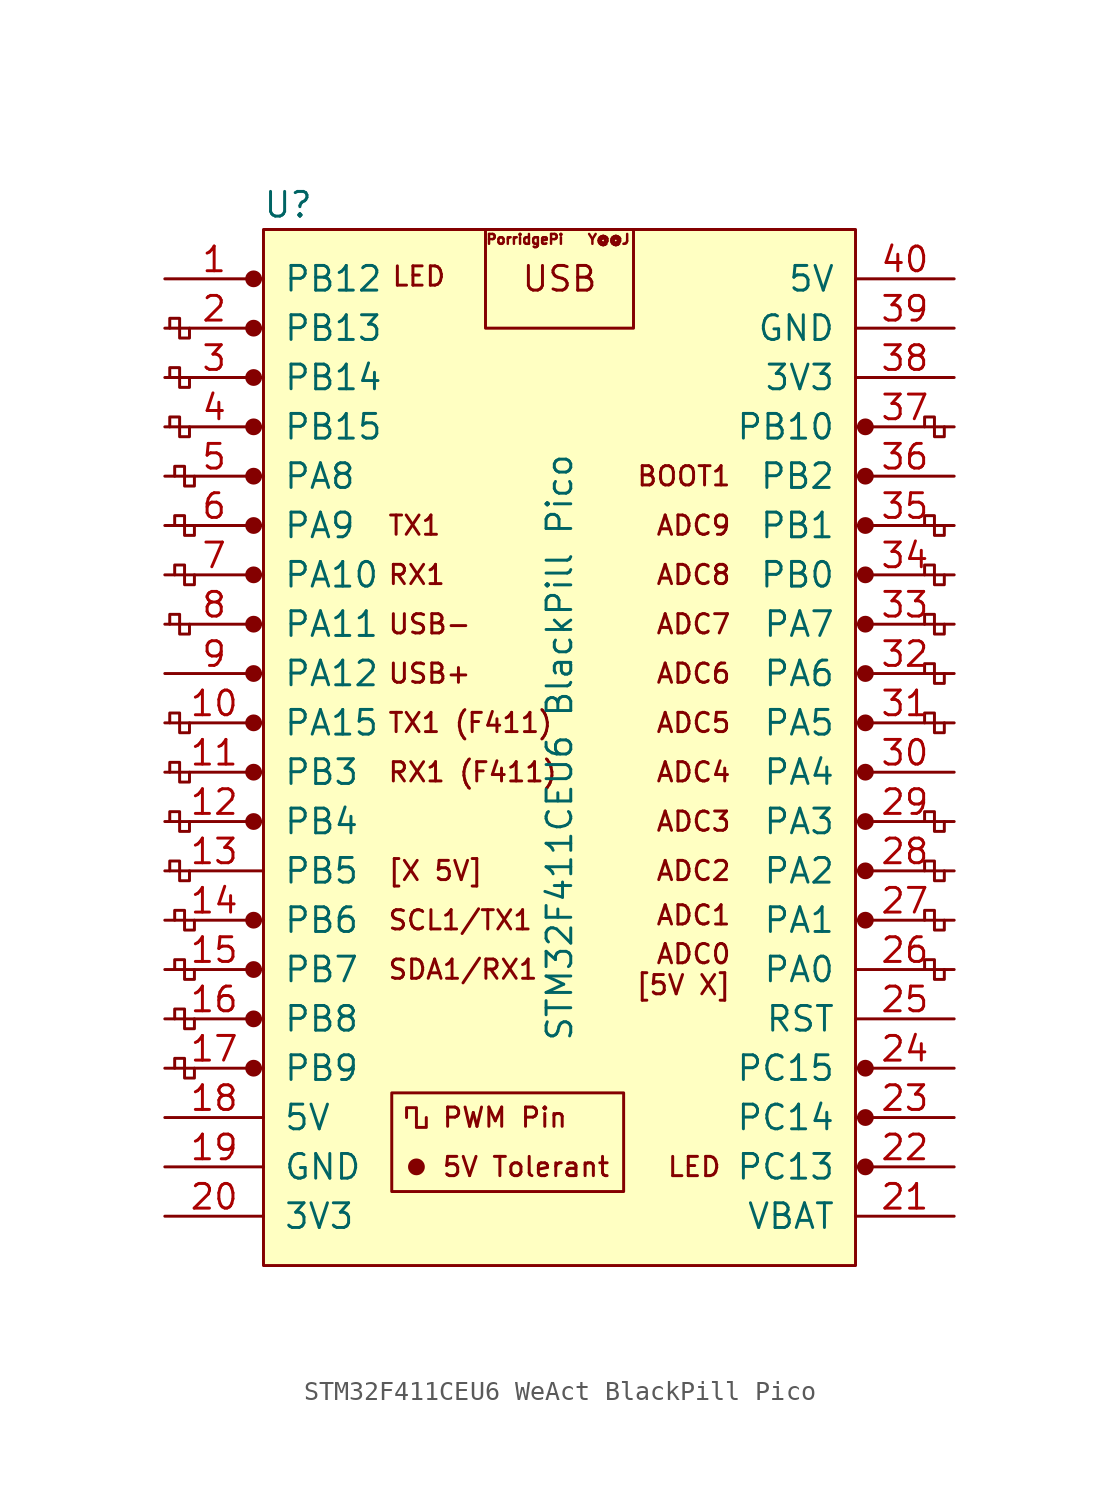
<source format=kicad_sym>
(kicad_symbol_lib
  (version 20220914)
  (generator kicad_symbol_editor)
  (symbol "STM32F411CEU6 WeAct BlackPill Pico"
    (pin_names
      (offset 1.016))
    (property "Reference" "U"
      (at -13.97 24.13 0)
      (effects (font (size 1.27 1.27))))
    (property "Value" "STM32F411CEU6 BlackPill Pico"
      (at 0 -3.81 90)
      (effects (font (size 1.27 1.27))))
    (symbol "STM32F411CEU6 WeAct BlackPill Pico_0_0"
      (circle (center -15.748 -20.32) (radius 0.356) (stroke (width 0) (type solid)) (fill (type outline)))
      (circle (center -15.748 -17.78) (radius 0.356) (stroke (width 0) (type solid)) (fill (type outline)))
      (circle (center -15.748 -15.24) (radius 0.356) (stroke (width 0) (type solid)) (fill (type outline)))
      (circle (center -15.748 -12.7) (radius 0.356) (stroke (width 0) (type solid)) (fill (type outline)))
      (circle (center -15.748 -7.62) (radius 0.356) (stroke (width 0) (type solid)) (fill (type outline)))
      (circle (center -15.748 -5.08) (radius 0.356) (stroke (width 0) (type solid)) (fill (type outline)))
      (circle (center -15.748 -2.54) (radius 0.356) (stroke (width 0) (type solid)) (fill (type outline)))
      (circle (center -15.748 0) (radius 0.356) (stroke (width 0) (type solid)) (fill (type outline)))
      (circle (center -15.748 2.54) (radius 0.356) (stroke (width 0) (type solid)) (fill (type outline)))
      (circle (center -15.748 5.08) (radius 0.356) (stroke (width 0) (type solid)) (fill (type outline)))
      (circle (center -15.748 7.62) (radius 0.356) (stroke (width 0) (type solid)) (fill (type outline)))
      (circle (center -15.748 10.16) (radius 0.356) (stroke (width 0) (type solid)) (fill (type outline)))
      (circle (center -15.748 12.7) (radius 0.356) (stroke (width 0) (type solid)) (fill (type outline)))
      (circle (center -15.748 15.24) (radius 0.356) (stroke (width 0) (type solid)) (fill (type outline)))
      (circle (center -15.748 20.32) (radius 0.356) (stroke (width 0) (type solid)) (fill (type outline)))
      (circle (center -7.366 -25.4) (radius 0.356) (stroke (width 0) (type solid)) (fill (type outline)))
      (circle (center 15.748 -25.4) (radius 0.356) (stroke (width 0) (type solid)) (fill (type outline)))
      (circle (center 15.748 -22.86) (radius 0.356) (stroke (width 0) (type solid)) (fill (type outline)))
      (circle (center 15.748 -20.32) (radius 0.356) (stroke (width 0) (type solid)) (fill (type outline)))
      (circle (center 15.748 -12.7) (radius 0.356) (stroke (width 0) (type solid)) (fill (type outline)))
      (circle (center 15.748 -10.16) (radius 0.356) (stroke (width 0) (type solid)) (fill (type outline)))
      (circle (center 15.748 -7.62) (radius 0.356) (stroke (width 0) (type solid)) (fill (type outline)))
      (circle (center 15.748 -5.08) (radius 0.356) (stroke (width 0) (type solid)) (fill (type outline)))
      (circle (center 15.748 -2.54) (radius 0.356) (stroke (width 0) (type solid)) (fill (type outline)))
      (circle (center 15.748 0) (radius 0.356) (stroke (width 0) (type solid)) (fill (type outline)))
      (circle (center 15.748 2.54) (radius 0.356) (stroke (width 0) (type solid)) (fill (type outline)))
      (circle (center 15.748 5.08) (radius 0.356) (stroke (width 0) (type solid)) (fill (type outline)))
      (circle (center 15.748 7.62) (radius 0.356) (stroke (width 0) (type solid)) (fill (type outline)))
      (circle (center 15.748 10.16) (radius 0.254) (stroke (width 0) (type solid)) (fill (type outline)))
      (circle (center 15.748 10.16) (radius 0.356) (stroke (width 0) (type solid)) (fill (type none)))
      (circle (center 15.748 12.7) (radius 0.254) (stroke (width 0) (type solid)) (fill (type outline)))
      (circle (center 15.748 12.7) (radius 0.356) (stroke (width 0) (type solid)) (fill (type none)))
      (text "LED" (at -7.239 20.447 0) (effects (font (size 0.991 0.991))))
      (text "USB" (at 0 20.32 0) (effects (font (size 1.27 1.27))))
      (text "Y@@J" (at 2.54 22.352 0) (effects (font (size 0.508 0.508)))))
    (symbol "STM32F411CEU6 WeAct BlackPill Pico_0_1"
      (rectangle (start -15.24 22.86) (end 15.24 -30.48) (stroke (width 0) (type solid)) (fill (type background)))
      (rectangle (start -3.81 22.86) (end 3.81 17.78) (stroke (width 0) (type solid)) (fill (type none)))
      (polyline (pts (xy -19.05 -10.16) (xy -19.05 -10.668) (xy -19.558 -10.668) (xy -19.558 -9.652) (xy -20.066 -9.652) (xy -20.066 -10.16)) (stroke (width 0) (type solid)) (fill (type none)))
      (polyline (pts (xy -19.05 -7.62) (xy -19.05 -8.128) (xy -19.558 -8.128) (xy -19.558 -7.112) (xy -20.066 -7.112) (xy -20.066 -7.62)) (stroke (width 0) (type solid)) (fill (type none)))
      (polyline (pts (xy -19.05 -5.08) (xy -19.05 -5.588) (xy -19.558 -5.588) (xy -19.558 -4.572) (xy -20.066 -4.572) (xy -20.066 -5.08)) (stroke (width 0) (type solid)) (fill (type none)))
      (polyline (pts (xy -19.05 -2.54) (xy -19.05 -3.048) (xy -19.558 -3.048) (xy -19.558 -2.032) (xy -20.066 -2.032) (xy -20.066 -2.54)) (stroke (width 0) (type solid)) (fill (type none)))
      (polyline (pts (xy -19.05 2.54) (xy -19.05 2.032) (xy -19.558 2.032) (xy -19.558 3.048) (xy -20.066 3.048) (xy -20.066 2.54)) (stroke (width 0) (type solid)) (fill (type none)))
      (polyline (pts (xy -19.05 12.7) (xy -19.05 12.192) (xy -19.558 12.192) (xy -19.558 13.208) (xy -20.066 13.208) (xy -20.066 12.7)) (stroke (width 0) (type solid)) (fill (type none)))
      (polyline (pts (xy -19.05 15.24) (xy -19.05 14.732) (xy -19.558 14.732) (xy -19.558 15.748) (xy -20.066 15.748) (xy -20.066 15.24)) (stroke (width 0) (type solid)) (fill (type none)))
      (polyline (pts (xy -19.05 17.78) (xy -19.05 17.272) (xy -19.558 17.272) (xy -19.558 18.288) (xy -20.066 18.288) (xy -20.066 17.78)) (stroke (width 0) (type solid)) (fill (type none)))
      (polyline (pts (xy -18.796 -20.32) (xy -18.796 -20.828) (xy -19.304 -20.828) (xy -19.304 -19.812) (xy -19.812 -19.812) (xy -19.812 -20.32)) (stroke (width 0) (type solid)) (fill (type none)))
      (polyline (pts (xy -18.796 -17.78) (xy -18.796 -18.288) (xy -19.304 -18.288) (xy -19.304 -17.272) (xy -19.812 -17.272) (xy -19.812 -17.78)) (stroke (width 0) (type solid)) (fill (type none)))
      (polyline (pts (xy -18.796 -15.24) (xy -18.796 -15.748) (xy -19.304 -15.748) (xy -19.304 -14.732) (xy -19.812 -14.732) (xy -19.812 -15.24)) (stroke (width 0) (type solid)) (fill (type none)))
      (polyline (pts (xy -18.796 -12.7) (xy -18.796 -13.208) (xy -19.304 -13.208) (xy -19.304 -12.192) (xy -19.812 -12.192) (xy -19.812 -12.7)) (stroke (width 0) (type solid)) (fill (type none)))
      (polyline (pts (xy -18.796 5.08) (xy -18.796 4.572) (xy -19.304 4.572) (xy -19.304 5.588) (xy -19.812 5.588) (xy -19.812 5.08)) (stroke (width 0) (type solid)) (fill (type none)))
      (polyline (pts (xy -18.796 7.62) (xy -18.796 7.112) (xy -19.304 7.112) (xy -19.304 8.128) (xy -19.812 8.128) (xy -19.812 7.62)) (stroke (width 0) (type solid)) (fill (type none)))
      (polyline (pts (xy -18.796 10.16) (xy -18.796 9.652) (xy -19.304 9.652) (xy -19.304 10.668) (xy -19.812 10.668) (xy -19.812 10.16)) (stroke (width 0) (type solid)) (fill (type none)))
      (polyline (pts (xy -6.858 -22.86) (xy -6.858 -23.368) (xy -7.366 -23.368) (xy -7.366 -22.352) (xy -7.874 -22.352) (xy -7.874 -22.86)) (stroke (width 0) (type solid)) (fill (type none)))
      (polyline (pts (xy 19.812 -15.24) (xy 19.812 -15.748) (xy 19.304 -15.748) (xy 19.304 -14.732) (xy 18.796 -14.732) (xy 18.796 -15.24)) (stroke (width 0) (type solid)) (fill (type none)))
      (polyline (pts (xy 19.812 -12.7) (xy 19.812 -13.208) (xy 19.304 -13.208) (xy 19.304 -12.192) (xy 18.796 -12.192) (xy 18.796 -12.7)) (stroke (width 0) (type solid)) (fill (type none)))
      (polyline (pts (xy 19.812 -10.16) (xy 19.812 -10.668) (xy 19.304 -10.668) (xy 19.304 -9.652) (xy 18.796 -9.652) (xy 18.796 -10.16)) (stroke (width 0) (type solid)) (fill (type none)))
      (polyline (pts (xy 19.812 -7.62) (xy 19.812 -8.128) (xy 19.304 -8.128) (xy 19.304 -7.112) (xy 18.796 -7.112) (xy 18.796 -7.62)) (stroke (width 0) (type solid)) (fill (type none)))
      (polyline (pts (xy 19.812 -2.54) (xy 19.812 -3.048) (xy 19.304 -3.048) (xy 19.304 -2.032) (xy 18.796 -2.032) (xy 18.796 -2.54)) (stroke (width 0) (type solid)) (fill (type none)))
      (polyline (pts (xy 19.812 0) (xy 19.812 -0.508) (xy 19.304 -0.508) (xy 19.304 0.508) (xy 18.796 0.508) (xy 18.796 0)) (stroke (width 0) (type solid)) (fill (type none)))
      (polyline (pts (xy 19.812 2.54) (xy 19.812 2.032) (xy 19.304 2.032) (xy 19.304 3.048) (xy 18.796 3.048) (xy 18.796 2.54)) (stroke (width 0) (type solid)) (fill (type none)))
      (polyline (pts (xy 19.812 5.08) (xy 19.812 4.572) (xy 19.304 4.572) (xy 19.304 5.588) (xy 18.796 5.588) (xy 18.796 5.08)) (stroke (width 0) (type solid)) (fill (type none)))
      (polyline (pts (xy 19.812 7.62) (xy 19.812 7.112) (xy 19.304 7.112) (xy 19.304 8.128) (xy 18.796 8.128) (xy 18.796 7.62)) (stroke (width 0) (type solid)) (fill (type none)))
      (polyline (pts (xy 19.812 12.7) (xy 19.812 12.192) (xy 19.304 12.192) (xy 19.304 13.208) (xy 18.796 13.208) (xy 18.796 12.7)) (stroke (width 0) (type solid)) (fill (type none))))
    (symbol "STM32F411CEU6 WeAct BlackPill Pico_1_0"
      (rectangle (start -8.636 -21.59) (end 3.302 -26.67) (stroke (width 0) (type default)) (fill (type none)))
      (text "5V Tolerant" (at -6.096 -25.4 0) (effects (font (size 0.991 0.991)) (justify left)))
      (text "[X 5V]" (at -8.89 -10.16 0) (effects (font (size 0.991 0.991)) (justify left)))
      (text "ADC0\n[5V X]" (at 8.89 -15.24 0) (effects (font (size 0.991 0.991)) (justify right)))
      (text "ADC1" (at 8.89 -12.446 0) (effects (font (size 0.991 0.991)) (justify right)))
      (text "ADC2" (at 8.89 -10.16 0) (effects (font (size 0.991 0.991)) (justify right)))
      (text "ADC3" (at 8.89 -7.62 0) (effects (font (size 0.991 0.991)) (justify right)))
      (text "ADC4" (at 8.89 -5.08 0) (effects (font (size 0.991 0.991)) (justify right)))
      (text "ADC5" (at 8.89 -2.54 0) (effects (font (size 0.991 0.991)) (justify right)))
      (text "ADC6" (at 8.89 0 0) (effects (font (size 0.991 0.991)) (justify right)))
      (text "ADC7" (at 8.89 2.54 0) (effects (font (size 0.991 0.991)) (justify right)))
      (text "ADC8" (at 8.89 5.08 0) (effects (font (size 0.991 0.991)) (justify right)))
      (text "ADC9" (at 8.89 7.62 0) (effects (font (size 0.991 0.991)) (justify right)))
      (text "BOOT1" (at 8.89 10.16 0) (effects (font (size 0.991 0.991)) (justify right)))
      (text "LED" (at 8.382 -25.4 0) (effects (font (size 0.991 0.991)) (justify right)))
      (text "PorridgePi" (at -1.778 22.352 0) (effects (font (size 0.508 0.508))))
      (text "PWM Pin" (at -6.096 -22.86 0) (effects (font (size 0.991 0.991)) (justify left)))
      (text "RX1\n" (at -8.89 5.08 0) (effects (font (size 0.991 0.991)) (justify left)))
      (text "RX1 (F411)" (at -8.89 -5.08 0) (effects (font (size 0.991 0.991)) (justify left)))
      (text "SCL1/TX1" (at -8.89 -12.7 0) (effects (font (size 0.991 0.991)) (justify left)))
      (text "SDA1/RX1" (at -8.89 -15.24 0) (effects (font (size 0.991 0.991)) (justify left)))
      (text "TX1\n" (at -8.89 7.62 0) (effects (font (size 0.991 0.991)) (justify left)))
      (text "TX1 (F411)\n" (at -8.89 -2.54 0) (effects (font (size 0.991 0.991)) (justify left)))
      (text "USB+" (at -8.89 0 0) (effects (font (size 0.991 0.991)) (justify left)))
      (text "USB-" (at -8.89 2.54 0) (effects (font (size 0.991 0.991)) (justify left))))
    (symbol "STM32F411CEU6 WeAct BlackPill Pico_1_1"
      (circle (center -15.748 17.78) (radius 0.356) (stroke (width 0) (type solid)) (fill (type outline)))
      (pin bidirectional line (at -20.32 20.32 0) (length 5.08) (name "PB12" (effects (font (size 1.27 1.27)))) (number "1" (effects (font (size 1.27 1.27)))))
      (pin bidirectional line (at -20.32 -2.54 0) (length 5.08) (name "PA15" (effects (font (size 1.27 1.27)))) (number "10" (effects (font (size 1.27 1.27)))))
      (pin bidirectional line (at -20.32 -5.08 0) (length 5.08) (name "PB3" (effects (font (size 1.27 1.27)))) (number "11" (effects (font (size 1.27 1.27)))))
      (pin bidirectional line (at -20.32 -7.62 0) (length 5.08) (name "PB4" (effects (font (size 1.27 1.27)))) (number "12" (effects (font (size 1.27 1.27)))))
      (pin bidirectional line (at -20.32 -10.16 0) (length 5.08) (name "PB5" (effects (font (size 1.27 1.27)))) (number "13" (effects (font (size 1.27 1.27)))))
      (pin bidirectional line (at -20.32 -12.7 0) (length 5.08) (name "PB6" (effects (font (size 1.27 1.27)))) (number "14" (effects (font (size 1.27 1.27)))))
      (pin bidirectional line (at -20.32 -15.24 0) (length 5.08) (name "PB7" (effects (font (size 1.27 1.27)))) (number "15" (effects (font (size 1.27 1.27)))))
      (pin bidirectional line (at -20.32 -17.78 0) (length 5.08) (name "PB8" (effects (font (size 1.27 1.27)))) (number "16" (effects (font (size 1.27 1.27)))))
      (pin bidirectional line (at -20.32 -20.32 0) (length 5.08) (name "PB9" (effects (font (size 1.27 1.27)))) (number "17" (effects (font (size 1.27 1.27)))))
      (pin power_in line (at -20.32 -22.86 0) (length 5.08) (name "5V" (effects (font (size 1.27 1.27)))) (number "18" (effects (font (size 1.27 1.27)))))
      (pin power_in line (at -20.32 -25.4 0) (length 5.08) (name "GND" (effects (font (size 1.27 1.27)))) (number "19" (effects (font (size 1.27 1.27)))))
      (pin bidirectional line (at -20.32 17.78 0) (length 5.08) (name "PB13" (effects (font (size 1.27 1.27)))) (number "2" (effects (font (size 1.27 1.27)))))
      (pin power_in line (at -20.32 -27.94 0) (length 5.08) (name "3V3" (effects (font (size 1.27 1.27)))) (number "20" (effects (font (size 1.27 1.27)))))
      (pin power_in line (at 20.32 -27.94 180) (length 5.08) (name "VBAT" (effects (font (size 1.27 1.27)))) (number "21" (effects (font (size 1.27 1.27)))))
      (pin bidirectional line (at 20.32 -25.4 180) (length 5.08) (name "PC13" (effects (font (size 1.27 1.27)))) (number "22" (effects (font (size 1.27 1.27)))))
      (pin bidirectional line (at 20.32 -22.86 180) (length 5.08) (name "PC14" (effects (font (size 1.27 1.27)))) (number "23" (effects (font (size 1.27 1.27)))))
      (pin bidirectional line (at 20.32 -20.32 180) (length 5.08) (name "PC15" (effects (font (size 1.27 1.27)))) (number "24" (effects (font (size 1.27 1.27)))))
      (pin input line (at 20.32 -17.78 180) (length 5.08) (name "RST" (effects (font (size 1.27 1.27)))) (number "25" (effects (font (size 1.27 1.27)))))
      (pin bidirectional line (at 20.32 -15.24 180) (length 5.08) (name "PA0" (effects (font (size 1.27 1.27)))) (number "26" (effects (font (size 1.27 1.27)))))
      (pin bidirectional line (at 20.32 -12.7 180) (length 5.08) (name "PA1" (effects (font (size 1.27 1.27)))) (number "27" (effects (font (size 1.27 1.27)))))
      (pin bidirectional line (at 20.32 -10.16 180) (length 5.08) (name "PA2" (effects (font (size 1.27 1.27)))) (number "28" (effects (font (size 1.27 1.27)))))
      (pin bidirectional line (at 20.32 -7.62 180) (length 5.08) (name "PA3" (effects (font (size 1.27 1.27)))) (number "29" (effects (font (size 1.27 1.27)))))
      (pin bidirectional line (at -20.32 15.24 0) (length 5.08) (name "PB14" (effects (font (size 1.27 1.27)))) (number "3" (effects (font (size 1.27 1.27)))))
      (pin bidirectional line (at 20.32 -5.08 180) (length 5.08) (name "PA4" (effects (font (size 1.27 1.27)))) (number "30" (effects (font (size 1.27 1.27)))))
      (pin bidirectional line (at 20.32 -2.54 180) (length 5.08) (name "PA5" (effects (font (size 1.27 1.27)))) (number "31" (effects (font (size 1.27 1.27)))))
      (pin bidirectional line (at 20.32 0 180) (length 5.08) (name "PA6" (effects (font (size 1.27 1.27)))) (number "32" (effects (font (size 1.27 1.27)))))
      (pin bidirectional line (at 20.32 2.54 180) (length 5.08) (name "PA7" (effects (font (size 1.27 1.27)))) (number "33" (effects (font (size 1.27 1.27)))))
      (pin bidirectional line (at 20.32 5.08 180) (length 5.08) (name "PB0" (effects (font (size 1.27 1.27)))) (number "34" (effects (font (size 1.27 1.27)))))
      (pin bidirectional line (at 20.32 7.62 180) (length 5.08) (name "PB1" (effects (font (size 1.27 1.27)))) (number "35" (effects (font (size 1.27 1.27)))))
      (pin bidirectional line (at 20.32 10.16 180) (length 5.08) (name "PB2" (effects (font (size 1.27 1.27)))) (number "36" (effects (font (size 1.27 1.27)))))
      (pin bidirectional line (at 20.32 12.7 180) (length 5.08) (name "PB10" (effects (font (size 1.27 1.27)))) (number "37" (effects (font (size 1.27 1.27)))))
      (pin power_in line (at 20.32 15.24 180) (length 5.08) (name "3V3" (effects (font (size 1.27 1.27)))) (number "38" (effects (font (size 1.27 1.27)))))
      (pin power_in line (at 20.32 17.78 180) (length 5.08) (name "GND" (effects (font (size 1.27 1.27)))) (number "39" (effects (font (size 1.27 1.27)))))
      (pin bidirectional line (at -20.32 12.7 0) (length 5.08) (name "PB15" (effects (font (size 1.27 1.27)))) (number "4" (effects (font (size 1.27 1.27)))))
      (pin power_in line (at 20.32 20.32 180) (length 5.08) (name "5V" (effects (font (size 1.27 1.27)))) (number "40" (effects (font (size 1.27 1.27)))))
      (pin bidirectional line (at -20.32 10.16 0) (length 5.08) (name "PA8" (effects (font (size 1.27 1.27)))) (number "5" (effects (font (size 1.27 1.27)))))
      (pin bidirectional line (at -20.32 7.62 0) (length 5.08) (name "PA9" (effects (font (size 1.27 1.27)))) (number "6" (effects (font (size 1.27 1.27)))))
      (pin bidirectional line (at -20.32 5.08 0) (length 5.08) (name "PA10" (effects (font (size 1.27 1.27)))) (number "7" (effects (font (size 1.27 1.27)))))
      (pin bidirectional line (at -20.32 2.54 0) (length 5.08) (name "PA11" (effects (font (size 1.27 1.27)))) (number "8" (effects (font (size 1.27 1.27)))))
      (pin bidirectional line (at -20.32 0 0) (length 5.08) (name "PA12" (effects (font (size 1.27 1.27)))) (number "9" (effects (font (size 1.27 1.27))))))))
</source>
